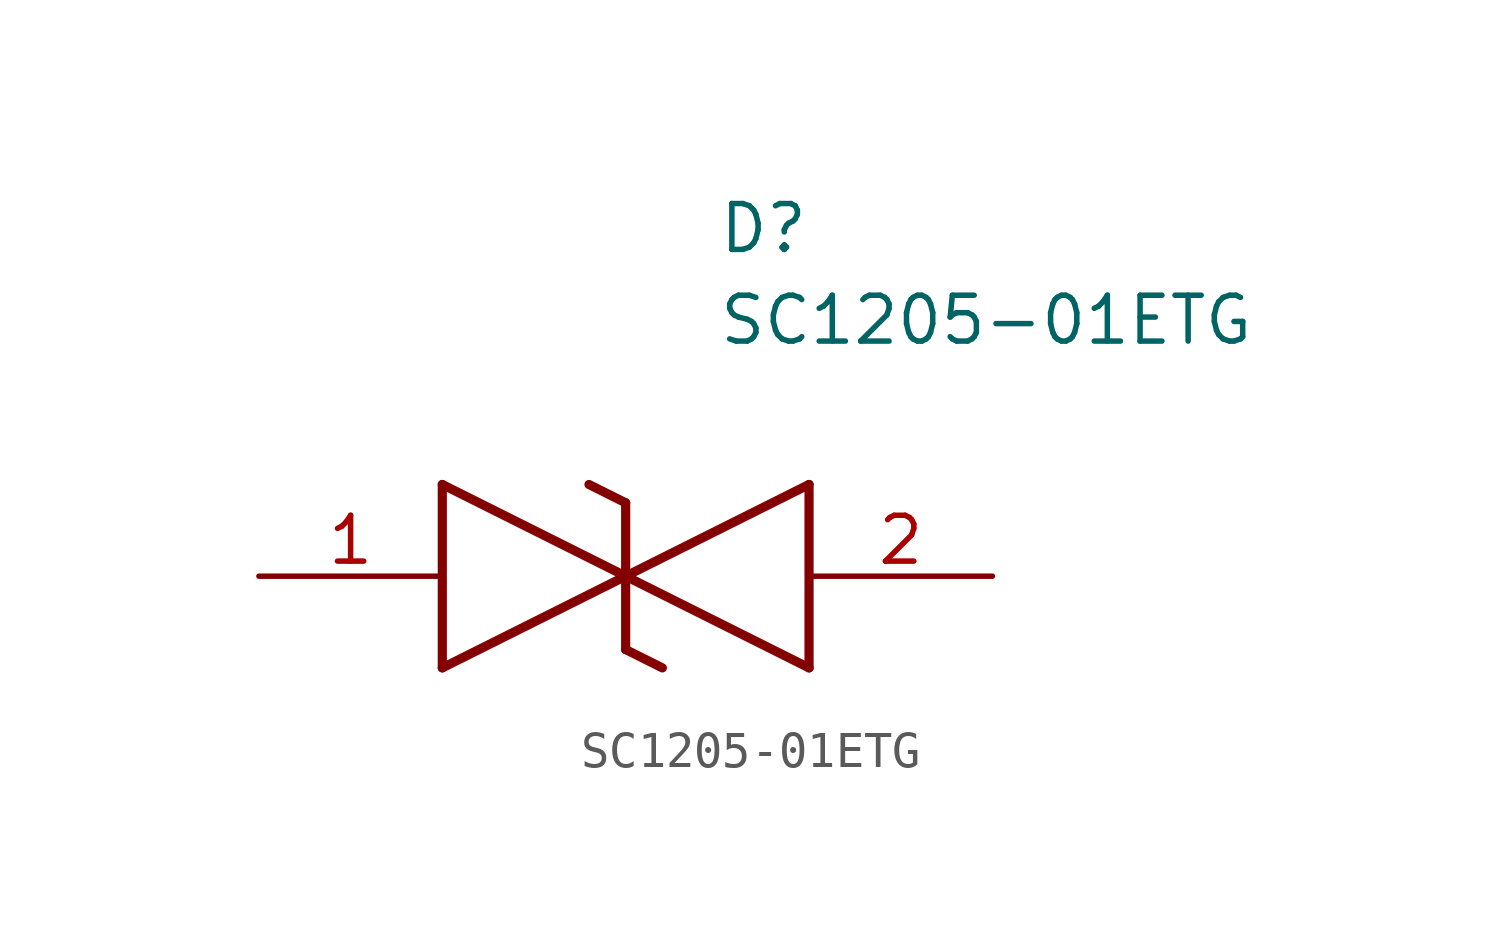
<source format=kicad_sym>
(kicad_symbol_lib
  (version 20211014)
  (generator SamacSys_ECAD_Model)
  (symbol "SC1205-01ETG"
    (pin_names hide)
    (property "Reference" "D"
      (at 12.7 8.89 0)
      (effects (font (size 1.27 1.27)) (justify left bottom)))
    (property "Value" "SC1205-01ETG"
      (at 12.7 6.35 0)
      (effects (font (size 1.27 1.27)) (justify left bottom)))
    (polyline
      (pts (xy 10.16 0) (xy 5.08 -2.54))
      (stroke (width 0.254) (type default))
      (fill (type none)))
    (polyline
      (pts (xy 5.08 2.54) (xy 5.08 -2.54))
      (stroke (width 0.254) (type default))
      (fill (type none)))
    (polyline
      (pts (xy 5.08 2.54) (xy 10.16 0))
      (stroke (width 0.254) (type default))
      (fill (type none)))
    (polyline
      (pts (xy 10.16 0) (xy 15.24 -2.54))
      (stroke (width 0.254) (type default))
      (fill (type none)))
    (polyline
      (pts (xy 15.24 2.54) (xy 15.24 -2.54))
      (stroke (width 0.254) (type default))
      (fill (type none)))
    (polyline
      (pts (xy 15.24 2.54) (xy 10.16 0))
      (stroke (width 0.254) (type default))
      (fill (type none)))
    (polyline
      (pts (xy 10.16 -2.032) (xy 10.16 2.032))
      (stroke (width 0.254) (type default))
      (fill (type none)))
    (polyline
      (pts (xy 9.144 2.54) (xy 10.16 2.032))
      (stroke (width 0.254) (type default))
      (fill (type none)))
    (polyline
      (pts (xy 10.16 -2.032) (xy 11.176 -2.54))
      (stroke (width 0.254) (type default))
      (fill (type none)))
    (pin passive line
      (at 0 0 0)
      (length 5.08)
      (name "1" (effects (font (size 1.27 1.27))))
      (number "1" (effects (font (size 1.27 1.27)))))
    (pin passive line
      (at 20.32 0 180)
      (length 5.08)
      (name "2" (effects (font (size 1.27 1.27))))
      (number "2" (effects (font (size 1.27 1.27)))))))
</source>
